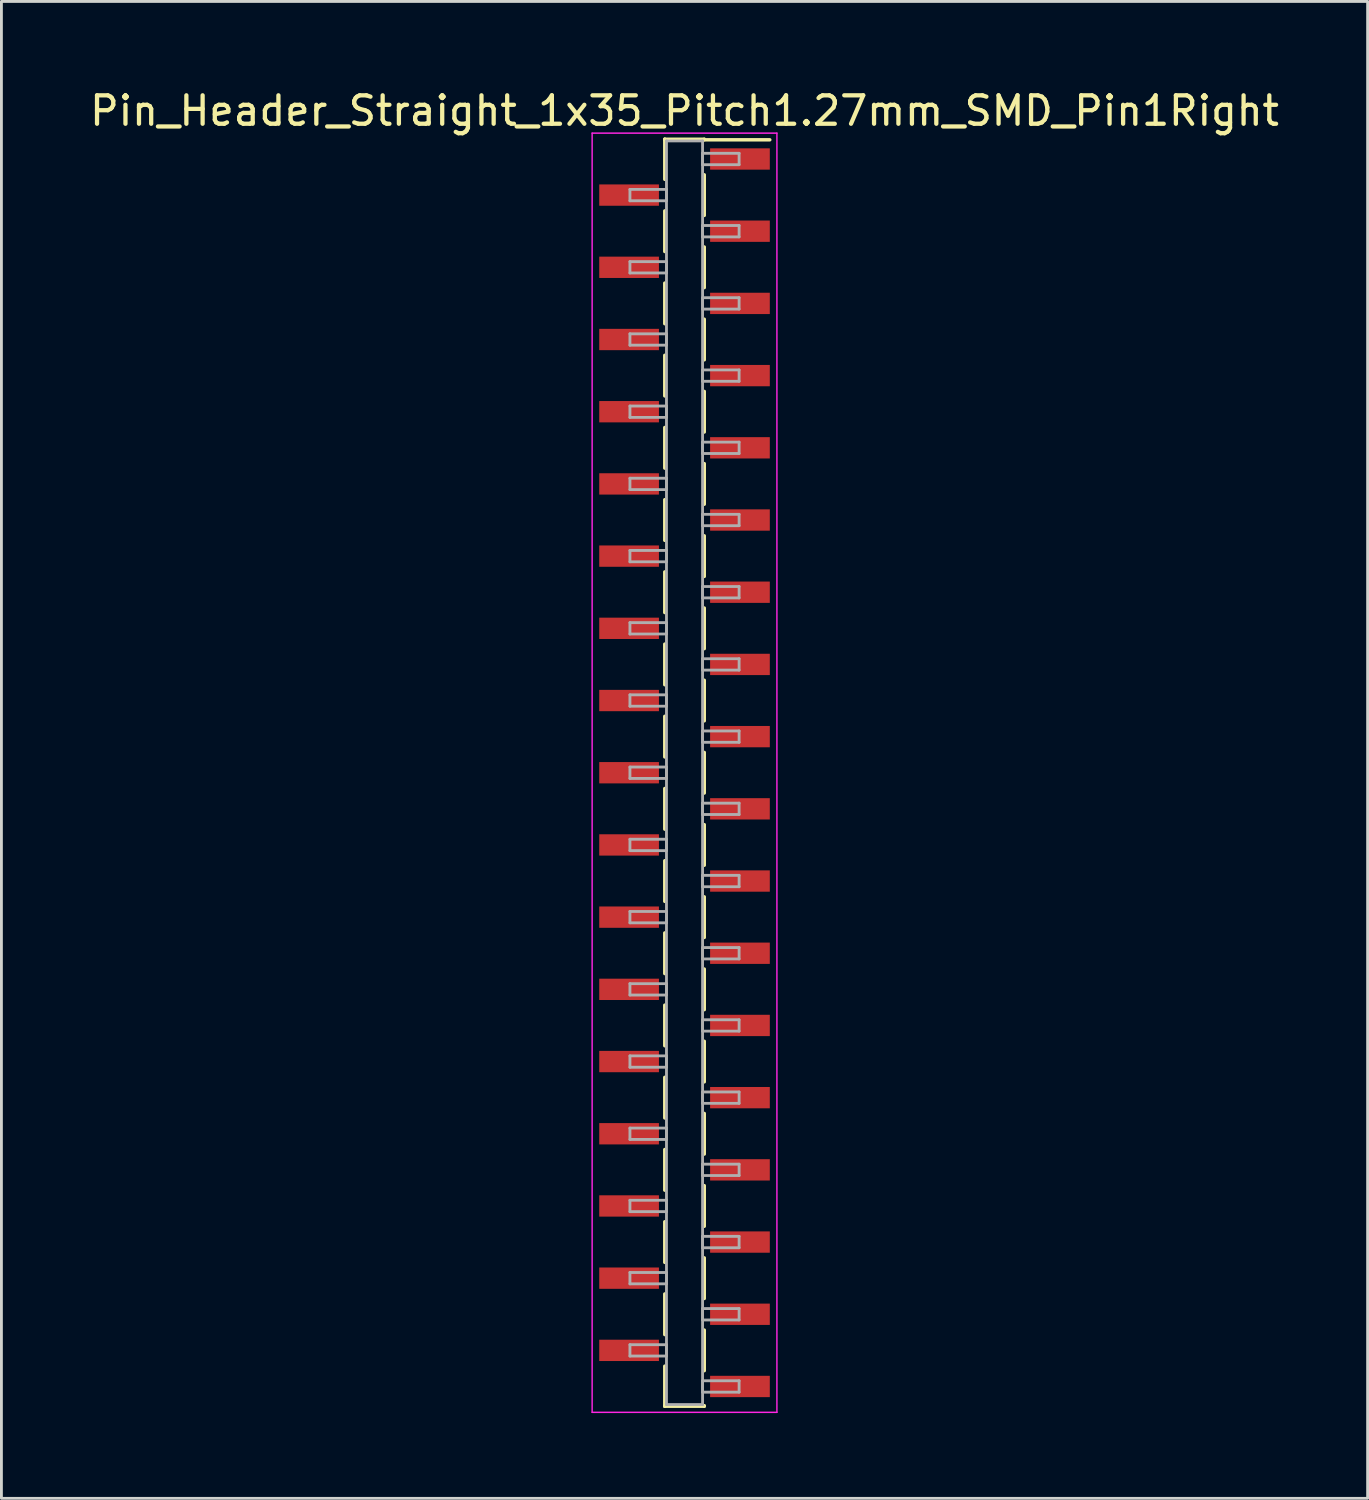
<source format=kicad_pcb>
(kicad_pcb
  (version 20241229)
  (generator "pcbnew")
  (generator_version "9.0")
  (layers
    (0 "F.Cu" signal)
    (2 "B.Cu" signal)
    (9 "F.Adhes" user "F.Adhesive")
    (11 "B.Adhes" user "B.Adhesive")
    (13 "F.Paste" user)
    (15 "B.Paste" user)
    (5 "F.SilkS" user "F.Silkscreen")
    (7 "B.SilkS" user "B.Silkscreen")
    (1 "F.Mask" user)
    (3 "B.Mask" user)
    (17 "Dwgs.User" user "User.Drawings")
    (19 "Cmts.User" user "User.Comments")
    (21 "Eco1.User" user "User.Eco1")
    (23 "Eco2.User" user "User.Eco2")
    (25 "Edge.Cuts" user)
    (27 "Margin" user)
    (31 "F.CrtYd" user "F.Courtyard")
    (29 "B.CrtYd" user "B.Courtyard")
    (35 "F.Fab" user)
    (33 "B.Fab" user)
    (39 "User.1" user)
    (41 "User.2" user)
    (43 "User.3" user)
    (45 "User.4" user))
  (footprint "Pin_Header_Straight_1x35_Pitch1.27mm_SMD_Pin1Right"
    (layer "F.Cu")
    (at 21.03 24.133)
    (property "Reference" "Pin_Header_Straight_1x35_Pitch1.27mm_SMD_Pin1Right" (at 0 -23.285 0) (layer "F.SilkS") (effects (font (size 1 1) (thickness 0.15))))
    (attr smd)
    (fp_line (start -0.695 -22.285) (end -0.695 -20.875) (stroke (width 0.12) (type solid)) (layer "F.SilkS"))
    (fp_line (start -0.695 -22.285) (end 0.695 -22.285) (stroke (width 0.12) (type solid)) (layer "F.SilkS"))
    (fp_line (start -0.695 -22.265) (end -0.695 -22.285) (stroke (width 0.12) (type solid)) (layer "F.SilkS"))
    (fp_line (start -0.695 -19.765) (end -0.695 -18.335) (stroke (width 0.12) (type solid)) (layer "F.SilkS"))
    (fp_line (start -0.695 -17.225) (end -0.695 -15.795) (stroke (width 0.12) (type solid)) (layer "F.SilkS"))
    (fp_line (start -0.695 -14.685) (end -0.695 -13.255) (stroke (width 0.12) (type solid)) (layer "F.SilkS"))
    (fp_line (start -0.695 -12.145) (end -0.695 -10.715) (stroke (width 0.12) (type solid)) (layer "F.SilkS"))
    (fp_line (start -0.695 -9.605) (end -0.695 -8.175) (stroke (width 0.12) (type solid)) (layer "F.SilkS"))
    (fp_line (start -0.695 -7.065) (end -0.695 -5.635) (stroke (width 0.12) (type solid)) (layer "F.SilkS"))
    (fp_line (start -0.695 -4.525) (end -0.695 -3.095) (stroke (width 0.12) (type solid)) (layer "F.SilkS"))
    (fp_line (start -0.695 -1.985) (end -0.695 -0.555) (stroke (width 0.12) (type solid)) (layer "F.SilkS"))
    (fp_line (start -0.695 0.555) (end -0.695 1.985) (stroke (width 0.12) (type solid)) (layer "F.SilkS"))
    (fp_line (start -0.695 3.095) (end -0.695 4.525) (stroke (width 0.12) (type solid)) (layer "F.SilkS"))
    (fp_line (start -0.695 5.635) (end -0.695 7.065) (stroke (width 0.12) (type solid)) (layer "F.SilkS"))
    (fp_line (start -0.695 8.175) (end -0.695 9.605) (stroke (width 0.12) (type solid)) (layer "F.SilkS"))
    (fp_line (start -0.695 10.715) (end -0.695 12.145) (stroke (width 0.12) (type solid)) (layer "F.SilkS"))
    (fp_line (start -0.695 13.255) (end -0.695 14.685) (stroke (width 0.12) (type solid)) (layer "F.SilkS"))
    (fp_line (start -0.695 15.795) (end -0.695 17.225) (stroke (width 0.12) (type solid)) (layer "F.SilkS"))
    (fp_line (start -0.695 18.335) (end -0.695 19.765) (stroke (width 0.12) (type solid)) (layer "F.SilkS"))
    (fp_line (start -0.695 20.875) (end -0.695 22.285) (stroke (width 0.12) (type solid)) (layer "F.SilkS"))
    (fp_line (start -0.695 22.265) (end -0.695 22.285) (stroke (width 0.12) (type solid)) (layer "F.SilkS"))
    (fp_line (start -0.695 22.285) (end 0.695 22.285) (stroke (width 0.12) (type solid)) (layer "F.SilkS"))
    (fp_line (start 0.695 -22.285) (end 0.695 -22.265) (stroke (width 0.12) (type solid)) (layer "F.SilkS"))
    (fp_line (start 0.695 -22.265) (end 3 -22.265) (stroke (width 0.12) (type solid)) (layer "F.SilkS"))
    (fp_line (start 0.695 -21.035) (end 0.695 -19.605) (stroke (width 0.12) (type solid)) (layer "F.SilkS"))
    (fp_line (start 0.695 -18.495) (end 0.695 -17.065) (stroke (width 0.12) (type solid)) (layer "F.SilkS"))
    (fp_line (start 0.695 -15.955) (end 0.695 -14.525) (stroke (width 0.12) (type solid)) (layer "F.SilkS"))
    (fp_line (start 0.695 -13.415) (end 0.695 -11.985) (stroke (width 0.12) (type solid)) (layer "F.SilkS"))
    (fp_line (start 0.695 -10.875) (end 0.695 -9.445) (stroke (width 0.12) (type solid)) (layer "F.SilkS"))
    (fp_line (start 0.695 -8.335) (end 0.695 -6.905) (stroke (width 0.12) (type solid)) (layer "F.SilkS"))
    (fp_line (start 0.695 -5.795) (end 0.695 -4.365) (stroke (width 0.12) (type solid)) (layer "F.SilkS"))
    (fp_line (start 0.695 -3.255) (end 0.695 -1.825) (stroke (width 0.12) (type solid)) (layer "F.SilkS"))
    (fp_line (start 0.695 -0.715) (end 0.695 0.715) (stroke (width 0.12) (type solid)) (layer "F.SilkS"))
    (fp_line (start 0.695 1.825) (end 0.695 3.255) (stroke (width 0.12) (type solid)) (layer "F.SilkS"))
    (fp_line (start 0.695 4.365) (end 0.695 5.795) (stroke (width 0.12) (type solid)) (layer "F.SilkS"))
    (fp_line (start 0.695 6.905) (end 0.695 8.335) (stroke (width 0.12) (type solid)) (layer "F.SilkS"))
    (fp_line (start 0.695 9.445) (end 0.695 10.875) (stroke (width 0.12) (type solid)) (layer "F.SilkS"))
    (fp_line (start 0.695 11.985) (end 0.695 13.415) (stroke (width 0.12) (type solid)) (layer "F.SilkS"))
    (fp_line (start 0.695 14.525) (end 0.695 15.955) (stroke (width 0.12) (type solid)) (layer "F.SilkS"))
    (fp_line (start 0.695 17.065) (end 0.695 18.495) (stroke (width 0.12) (type solid)) (layer "F.SilkS"))
    (fp_line (start 0.695 19.605) (end 0.695 21.035) (stroke (width 0.12) (type solid)) (layer "F.SilkS"))
    (fp_line (start 0.695 22.285) (end 0.695 22.265) (stroke (width 0.12) (type solid)) (layer "F.SilkS"))
    (fp_line (start -3.25 -22.5) (end -3.25 22.5) (stroke (width 0.05) (type solid)) (layer "F.CrtYd"))
    (fp_line (start -3.25 22.5) (end 3.25 22.5) (stroke (width 0.05) (type solid)) (layer "F.CrtYd"))
    (fp_line (start 3.25 -22.5) (end -3.25 -22.5) (stroke (width 0.05) (type solid)) (layer "F.CrtYd"))
    (fp_line (start 3.25 22.5) (end 3.25 -22.5) (stroke (width 0.05) (type solid)) (layer "F.CrtYd"))
    (fp_line (start -1.92 -20.52) (end -0.635 -20.52) (stroke (width 0.1) (type solid)) (layer "F.Fab"))
    (fp_line (start -1.92 -20.12) (end -1.92 -20.52) (stroke (width 0.1) (type solid)) (layer "F.Fab"))
    (fp_line (start -1.92 -17.98) (end -0.635 -17.98) (stroke (width 0.1) (type solid)) (layer "F.Fab"))
    (fp_line (start -1.92 -17.58) (end -1.92 -17.98) (stroke (width 0.1) (type solid)) (layer "F.Fab"))
    (fp_line (start -1.92 -15.44) (end -0.635 -15.44) (stroke (width 0.1) (type solid)) (layer "F.Fab"))
    (fp_line (start -1.92 -15.04) (end -1.92 -15.44) (stroke (width 0.1) (type solid)) (layer "F.Fab"))
    (fp_line (start -1.92 -12.9) (end -0.635 -12.9) (stroke (width 0.1) (type solid)) (layer "F.Fab"))
    (fp_line (start -1.92 -12.5) (end -1.92 -12.9) (stroke (width 0.1) (type solid)) (layer "F.Fab"))
    (fp_line (start -1.92 -10.36) (end -0.635 -10.36) (stroke (width 0.1) (type solid)) (layer "F.Fab"))
    (fp_line (start -1.92 -9.96) (end -1.92 -10.36) (stroke (width 0.1) (type solid)) (layer "F.Fab"))
    (fp_line (start -1.92 -7.82) (end -0.635 -7.82) (stroke (width 0.1) (type solid)) (layer "F.Fab"))
    (fp_line (start -1.92 -7.42) (end -1.92 -7.82) (stroke (width 0.1) (type solid)) (layer "F.Fab"))
    (fp_line (start -1.92 -5.28) (end -0.635 -5.28) (stroke (width 0.1) (type solid)) (layer "F.Fab"))
    (fp_line (start -1.92 -4.88) (end -1.92 -5.28) (stroke (width 0.1) (type solid)) (layer "F.Fab"))
    (fp_line (start -1.92 -2.74) (end -0.635 -2.74) (stroke (width 0.1) (type solid)) (layer "F.Fab"))
    (fp_line (start -1.92 -2.34) (end -1.92 -2.74) (stroke (width 0.1) (type solid)) (layer "F.Fab"))
    (fp_line (start -1.92 -0.2) (end -0.635 -0.2) (stroke (width 0.1) (type solid)) (layer "F.Fab"))
    (fp_line (start -1.92 0.2) (end -1.92 -0.2) (stroke (width 0.1) (type solid)) (layer "F.Fab"))
    (fp_line (start -1.92 2.34) (end -0.635 2.34) (stroke (width 0.1) (type solid)) (layer "F.Fab"))
    (fp_line (start -1.92 2.74) (end -1.92 2.34) (stroke (width 0.1) (type solid)) (layer "F.Fab"))
    (fp_line (start -1.92 4.88) (end -0.635 4.88) (stroke (width 0.1) (type solid)) (layer "F.Fab"))
    (fp_line (start -1.92 5.28) (end -1.92 4.88) (stroke (width 0.1) (type solid)) (layer "F.Fab"))
    (fp_line (start -1.92 7.42) (end -0.635 7.42) (stroke (width 0.1) (type solid)) (layer "F.Fab"))
    (fp_line (start -1.92 7.82) (end -1.92 7.42) (stroke (width 0.1) (type solid)) (layer "F.Fab"))
    (fp_line (start -1.92 9.96) (end -0.635 9.96) (stroke (width 0.1) (type solid)) (layer "F.Fab"))
    (fp_line (start -1.92 10.36) (end -1.92 9.96) (stroke (width 0.1) (type solid)) (layer "F.Fab"))
    (fp_line (start -1.92 12.5) (end -0.635 12.5) (stroke (width 0.1) (type solid)) (layer "F.Fab"))
    (fp_line (start -1.92 12.9) (end -1.92 12.5) (stroke (width 0.1) (type solid)) (layer "F.Fab"))
    (fp_line (start -1.92 15.04) (end -0.635 15.04) (stroke (width 0.1) (type solid)) (layer "F.Fab"))
    (fp_line (start -1.92 15.44) (end -1.92 15.04) (stroke (width 0.1) (type solid)) (layer "F.Fab"))
    (fp_line (start -1.92 17.58) (end -0.635 17.58) (stroke (width 0.1) (type solid)) (layer "F.Fab"))
    (fp_line (start -1.92 17.98) (end -1.92 17.58) (stroke (width 0.1) (type solid)) (layer "F.Fab"))
    (fp_line (start -1.92 20.12) (end -0.635 20.12) (stroke (width 0.1) (type solid)) (layer "F.Fab"))
    (fp_line (start -1.92 20.52) (end -1.92 20.12) (stroke (width 0.1) (type solid)) (layer "F.Fab"))
    (fp_line (start -0.635 -22.225) (end -0.635 22.225) (stroke (width 0.1) (type solid)) (layer "F.Fab"))
    (fp_line (start -0.635 -20.52) (end -0.635 -20.12) (stroke (width 0.1) (type solid)) (layer "F.Fab"))
    (fp_line (start -0.635 -20.12) (end -1.92 -20.12) (stroke (width 0.1) (type solid)) (layer "F.Fab"))
    (fp_line (start -0.635 -17.98) (end -0.635 -17.58) (stroke (width 0.1) (type solid)) (layer "F.Fab"))
    (fp_line (start -0.635 -17.58) (end -1.92 -17.58) (stroke (width 0.1) (type solid)) (layer "F.Fab"))
    (fp_line (start -0.635 -15.44) (end -0.635 -15.04) (stroke (width 0.1) (type solid)) (layer "F.Fab"))
    (fp_line (start -0.635 -15.04) (end -1.92 -15.04) (stroke (width 0.1) (type solid)) (layer "F.Fab"))
    (fp_line (start -0.635 -12.9) (end -0.635 -12.5) (stroke (width 0.1) (type solid)) (layer "F.Fab"))
    (fp_line (start -0.635 -12.5) (end -1.92 -12.5) (stroke (width 0.1) (type solid)) (layer "F.Fab"))
    (fp_line (start -0.635 -10.36) (end -0.635 -9.96) (stroke (width 0.1) (type solid)) (layer "F.Fab"))
    (fp_line (start -0.635 -9.96) (end -1.92 -9.96) (stroke (width 0.1) (type solid)) (layer "F.Fab"))
    (fp_line (start -0.635 -7.82) (end -0.635 -7.42) (stroke (width 0.1) (type solid)) (layer "F.Fab"))
    (fp_line (start -0.635 -7.42) (end -1.92 -7.42) (stroke (width 0.1) (type solid)) (layer "F.Fab"))
    (fp_line (start -0.635 -5.28) (end -0.635 -4.88) (stroke (width 0.1) (type solid)) (layer "F.Fab"))
    (fp_line (start -0.635 -4.88) (end -1.92 -4.88) (stroke (width 0.1) (type solid)) (layer "F.Fab"))
    (fp_line (start -0.635 -2.74) (end -0.635 -2.34) (stroke (width 0.1) (type solid)) (layer "F.Fab"))
    (fp_line (start -0.635 -2.34) (end -1.92 -2.34) (stroke (width 0.1) (type solid)) (layer "F.Fab"))
    (fp_line (start -0.635 -0.2) (end -0.635 0.2) (stroke (width 0.1) (type solid)) (layer "F.Fab"))
    (fp_line (start -0.635 0.2) (end -1.92 0.2) (stroke (width 0.1) (type solid)) (layer "F.Fab"))
    (fp_line (start -0.635 2.34) (end -0.635 2.74) (stroke (width 0.1) (type solid)) (layer "F.Fab"))
    (fp_line (start -0.635 2.74) (end -1.92 2.74) (stroke (width 0.1) (type solid)) (layer "F.Fab"))
    (fp_line (start -0.635 4.88) (end -0.635 5.28) (stroke (width 0.1) (type solid)) (layer "F.Fab"))
    (fp_line (start -0.635 5.28) (end -1.92 5.28) (stroke (width 0.1) (type solid)) (layer "F.Fab"))
    (fp_line (start -0.635 7.42) (end -0.635 7.82) (stroke (width 0.1) (type solid)) (layer "F.Fab"))
    (fp_line (start -0.635 7.82) (end -1.92 7.82) (stroke (width 0.1) (type solid)) (layer "F.Fab"))
    (fp_line (start -0.635 9.96) (end -0.635 10.36) (stroke (width 0.1) (type solid)) (layer "F.Fab"))
    (fp_line (start -0.635 10.36) (end -1.92 10.36) (stroke (width 0.1) (type solid)) (layer "F.Fab"))
    (fp_line (start -0.635 12.5) (end -0.635 12.9) (stroke (width 0.1) (type solid)) (layer "F.Fab"))
    (fp_line (start -0.635 12.9) (end -1.92 12.9) (stroke (width 0.1) (type solid)) (layer "F.Fab"))
    (fp_line (start -0.635 15.04) (end -0.635 15.44) (stroke (width 0.1) (type solid)) (layer "F.Fab"))
    (fp_line (start -0.635 15.44) (end -1.92 15.44) (stroke (width 0.1) (type solid)) (layer "F.Fab"))
    (fp_line (start -0.635 17.58) (end -0.635 17.98) (stroke (width 0.1) (type solid)) (layer "F.Fab"))
    (fp_line (start -0.635 17.98) (end -1.92 17.98) (stroke (width 0.1) (type solid)) (layer "F.Fab"))
    (fp_line (start -0.635 20.12) (end -0.635 20.52) (stroke (width 0.1) (type solid)) (layer "F.Fab"))
    (fp_line (start -0.635 20.52) (end -1.92 20.52) (stroke (width 0.1) (type solid)) (layer "F.Fab"))
    (fp_line (start -0.635 22.225) (end 0.635 22.225) (stroke (width 0.1) (type solid)) (layer "F.Fab"))
    (fp_line (start 0.635 -22.225) (end -0.635 -22.225) (stroke (width 0.1) (type solid)) (layer "F.Fab"))
    (fp_line (start 0.635 -21.79) (end 0.635 -21.39) (stroke (width 0.1) (type solid)) (layer "F.Fab"))
    (fp_line (start 0.635 -21.39) (end 1.92 -21.39) (stroke (width 0.1) (type solid)) (layer "F.Fab"))
    (fp_line (start 0.635 -19.25) (end 0.635 -18.85) (stroke (width 0.1) (type solid)) (layer "F.Fab"))
    (fp_line (start 0.635 -18.85) (end 1.92 -18.85) (stroke (width 0.1) (type solid)) (layer "F.Fab"))
    (fp_line (start 0.635 -16.71) (end 0.635 -16.31) (stroke (width 0.1) (type solid)) (layer "F.Fab"))
    (fp_line (start 0.635 -16.31) (end 1.92 -16.31) (stroke (width 0.1) (type solid)) (layer "F.Fab"))
    (fp_line (start 0.635 -14.17) (end 0.635 -13.77) (stroke (width 0.1) (type solid)) (layer "F.Fab"))
    (fp_line (start 0.635 -13.77) (end 1.92 -13.77) (stroke (width 0.1) (type solid)) (layer "F.Fab"))
    (fp_line (start 0.635 -11.63) (end 0.635 -11.23) (stroke (width 0.1) (type solid)) (layer "F.Fab"))
    (fp_line (start 0.635 -11.23) (end 1.92 -11.23) (stroke (width 0.1) (type solid)) (layer "F.Fab"))
    (fp_line (start 0.635 -9.09) (end 0.635 -8.69) (stroke (width 0.1) (type solid)) (layer "F.Fab"))
    (fp_line (start 0.635 -8.69) (end 1.92 -8.69) (stroke (width 0.1) (type solid)) (layer "F.Fab"))
    (fp_line (start 0.635 -6.55) (end 0.635 -6.15) (stroke (width 0.1) (type solid)) (layer "F.Fab"))
    (fp_line (start 0.635 -6.15) (end 1.92 -6.15) (stroke (width 0.1) (type solid)) (layer "F.Fab"))
    (fp_line (start 0.635 -4.01) (end 0.635 -3.61) (stroke (width 0.1) (type solid)) (layer "F.Fab"))
    (fp_line (start 0.635 -3.61) (end 1.92 -3.61) (stroke (width 0.1) (type solid)) (layer "F.Fab"))
    (fp_line (start 0.635 -1.47) (end 0.635 -1.07) (stroke (width 0.1) (type solid)) (layer "F.Fab"))
    (fp_line (start 0.635 -1.07) (end 1.92 -1.07) (stroke (width 0.1) (type solid)) (layer "F.Fab"))
    (fp_line (start 0.635 1.07) (end 0.635 1.47) (stroke (width 0.1) (type solid)) (layer "F.Fab"))
    (fp_line (start 0.635 1.47) (end 1.92 1.47) (stroke (width 0.1) (type solid)) (layer "F.Fab"))
    (fp_line (start 0.635 3.61) (end 0.635 4.01) (stroke (width 0.1) (type solid)) (layer "F.Fab"))
    (fp_line (start 0.635 4.01) (end 1.92 4.01) (stroke (width 0.1) (type solid)) (layer "F.Fab"))
    (fp_line (start 0.635 6.15) (end 0.635 6.55) (stroke (width 0.1) (type solid)) (layer "F.Fab"))
    (fp_line (start 0.635 6.55) (end 1.92 6.55) (stroke (width 0.1) (type solid)) (layer "F.Fab"))
    (fp_line (start 0.635 8.69) (end 0.635 9.09) (stroke (width 0.1) (type solid)) (layer "F.Fab"))
    (fp_line (start 0.635 9.09) (end 1.92 9.09) (stroke (width 0.1) (type solid)) (layer "F.Fab"))
    (fp_line (start 0.635 11.23) (end 0.635 11.63) (stroke (width 0.1) (type solid)) (layer "F.Fab"))
    (fp_line (start 0.635 11.63) (end 1.92 11.63) (stroke (width 0.1) (type solid)) (layer "F.Fab"))
    (fp_line (start 0.635 13.77) (end 0.635 14.17) (stroke (width 0.1) (type solid)) (layer "F.Fab"))
    (fp_line (start 0.635 14.17) (end 1.92 14.17) (stroke (width 0.1) (type solid)) (layer "F.Fab"))
    (fp_line (start 0.635 16.31) (end 0.635 16.71) (stroke (width 0.1) (type solid)) (layer "F.Fab"))
    (fp_line (start 0.635 16.71) (end 1.92 16.71) (stroke (width 0.1) (type solid)) (layer "F.Fab"))
    (fp_line (start 0.635 18.85) (end 0.635 19.25) (stroke (width 0.1) (type solid)) (layer "F.Fab"))
    (fp_line (start 0.635 19.25) (end 1.92 19.25) (stroke (width 0.1) (type solid)) (layer "F.Fab"))
    (fp_line (start 0.635 21.39) (end 0.635 21.79) (stroke (width 0.1) (type solid)) (layer "F.Fab"))
    (fp_line (start 0.635 21.79) (end 1.92 21.79) (stroke (width 0.1) (type solid)) (layer "F.Fab"))
    (fp_line (start 0.635 22.225) (end 0.635 -22.225) (stroke (width 0.1) (type solid)) (layer "F.Fab"))
    (fp_line (start 1.92 -21.79) (end 0.635 -21.79) (stroke (width 0.1) (type solid)) (layer "F.Fab"))
    (fp_line (start 1.92 -21.39) (end 1.92 -21.79) (stroke (width 0.1) (type solid)) (layer "F.Fab"))
    (fp_line (start 1.92 -19.25) (end 0.635 -19.25) (stroke (width 0.1) (type solid)) (layer "F.Fab"))
    (fp_line (start 1.92 -18.85) (end 1.92 -19.25) (stroke (width 0.1) (type solid)) (layer "F.Fab"))
    (fp_line (start 1.92 -16.71) (end 0.635 -16.71) (stroke (width 0.1) (type solid)) (layer "F.Fab"))
    (fp_line (start 1.92 -16.31) (end 1.92 -16.71) (stroke (width 0.1) (type solid)) (layer "F.Fab"))
    (fp_line (start 1.92 -14.17) (end 0.635 -14.17) (stroke (width 0.1) (type solid)) (layer "F.Fab"))
    (fp_line (start 1.92 -13.77) (end 1.92 -14.17) (stroke (width 0.1) (type solid)) (layer "F.Fab"))
    (fp_line (start 1.92 -11.63) (end 0.635 -11.63) (stroke (width 0.1) (type solid)) (layer "F.Fab"))
    (fp_line (start 1.92 -11.23) (end 1.92 -11.63) (stroke (width 0.1) (type solid)) (layer "F.Fab"))
    (fp_line (start 1.92 -9.09) (end 0.635 -9.09) (stroke (width 0.1) (type solid)) (layer "F.Fab"))
    (fp_line (start 1.92 -8.69) (end 1.92 -9.09) (stroke (width 0.1) (type solid)) (layer "F.Fab"))
    (fp_line (start 1.92 -6.55) (end 0.635 -6.55) (stroke (width 0.1) (type solid)) (layer "F.Fab"))
    (fp_line (start 1.92 -6.15) (end 1.92 -6.55) (stroke (width 0.1) (type solid)) (layer "F.Fab"))
    (fp_line (start 1.92 -4.01) (end 0.635 -4.01) (stroke (width 0.1) (type solid)) (layer "F.Fab"))
    (fp_line (start 1.92 -3.61) (end 1.92 -4.01) (stroke (width 0.1) (type solid)) (layer "F.Fab"))
    (fp_line (start 1.92 -1.47) (end 0.635 -1.47) (stroke (width 0.1) (type solid)) (layer "F.Fab"))
    (fp_line (start 1.92 -1.07) (end 1.92 -1.47) (stroke (width 0.1) (type solid)) (layer "F.Fab"))
    (fp_line (start 1.92 1.07) (end 0.635 1.07) (stroke (width 0.1) (type solid)) (layer "F.Fab"))
    (fp_line (start 1.92 1.47) (end 1.92 1.07) (stroke (width 0.1) (type solid)) (layer "F.Fab"))
    (fp_line (start 1.92 3.61) (end 0.635 3.61) (stroke (width 0.1) (type solid)) (layer "F.Fab"))
    (fp_line (start 1.92 4.01) (end 1.92 3.61) (stroke (width 0.1) (type solid)) (layer "F.Fab"))
    (fp_line (start 1.92 6.15) (end 0.635 6.15) (stroke (width 0.1) (type solid)) (layer "F.Fab"))
    (fp_line (start 1.92 6.55) (end 1.92 6.15) (stroke (width 0.1) (type solid)) (layer "F.Fab"))
    (fp_line (start 1.92 8.69) (end 0.635 8.69) (stroke (width 0.1) (type solid)) (layer "F.Fab"))
    (fp_line (start 1.92 9.09) (end 1.92 8.69) (stroke (width 0.1) (type solid)) (layer "F.Fab"))
    (fp_line (start 1.92 11.23) (end 0.635 11.23) (stroke (width 0.1) (type solid)) (layer "F.Fab"))
    (fp_line (start 1.92 11.63) (end 1.92 11.23) (stroke (width 0.1) (type solid)) (layer "F.Fab"))
    (fp_line (start 1.92 13.77) (end 0.635 13.77) (stroke (width 0.1) (type solid)) (layer "F.Fab"))
    (fp_line (start 1.92 14.17) (end 1.92 13.77) (stroke (width 0.1) (type solid)) (layer "F.Fab"))
    (fp_line (start 1.92 16.31) (end 0.635 16.31) (stroke (width 0.1) (type solid)) (layer "F.Fab"))
    (fp_line (start 1.92 16.71) (end 1.92 16.31) (stroke (width 0.1) (type solid)) (layer "F.Fab"))
    (fp_line (start 1.92 18.85) (end 0.635 18.85) (stroke (width 0.1) (type solid)) (layer "F.Fab"))
    (fp_line (start 1.92 19.25) (end 1.92 18.85) (stroke (width 0.1) (type solid)) (layer "F.Fab"))
    (fp_line (start 1.92 21.39) (end 0.635 21.39) (stroke (width 0.1) (type solid)) (layer "F.Fab"))
    (fp_line (start 1.92 21.79) (end 1.92 21.39) (stroke (width 0.1) (type solid)) (layer "F.Fab"))
    (pad "1" smd rect (at 1.95 -21.59) (size 2.1 0.75) (layers "F.Cu" "F.Mask"))
    (pad "2" smd rect (at -1.95 -20.32) (size 2.1 0.75) (layers "F.Cu" "F.Mask"))
    (pad "3" smd rect (at 1.95 -19.05) (size 2.1 0.75) (layers "F.Cu" "F.Mask"))
    (pad "4" smd rect (at -1.95 -17.78) (size 2.1 0.75) (layers "F.Cu" "F.Mask"))
    (pad "5" smd rect (at 1.95 -16.51) (size 2.1 0.75) (layers "F.Cu" "F.Mask"))
    (pad "6" smd rect (at -1.95 -15.24) (size 2.1 0.75) (layers "F.Cu" "F.Mask"))
    (pad "7" smd rect (at 1.95 -13.97) (size 2.1 0.75) (layers "F.Cu" "F.Mask"))
    (pad "8" smd rect (at -1.95 -12.7) (size 2.1 0.75) (layers "F.Cu" "F.Mask"))
    (pad "9" smd rect (at 1.95 -11.43) (size 2.1 0.75) (layers "F.Cu" "F.Mask"))
    (pad "10" smd rect (at -1.95 -10.16) (size 2.1 0.75) (layers "F.Cu" "F.Mask"))
    (pad "11" smd rect (at 1.95 -8.89) (size 2.1 0.75) (layers "F.Cu" "F.Mask"))
    (pad "12" smd rect (at -1.95 -7.62) (size 2.1 0.75) (layers "F.Cu" "F.Mask"))
    (pad "13" smd rect (at 1.95 -6.35) (size 2.1 0.75) (layers "F.Cu" "F.Mask"))
    (pad "14" smd rect (at -1.95 -5.08) (size 2.1 0.75) (layers "F.Cu" "F.Mask"))
    (pad "15" smd rect (at 1.95 -3.81) (size 2.1 0.75) (layers "F.Cu" "F.Mask"))
    (pad "16" smd rect (at -1.95 -2.54) (size 2.1 0.75) (layers "F.Cu" "F.Mask"))
    (pad "17" smd rect (at 1.95 -1.27) (size 2.1 0.75) (layers "F.Cu" "F.Mask"))
    (pad "18" smd rect (at -1.95 0) (size 2.1 0.75) (layers "F.Cu" "F.Mask"))
    (pad "19" smd rect (at 1.95 1.27) (size 2.1 0.75) (layers "F.Cu" "F.Mask"))
    (pad "20" smd rect (at -1.95 2.54) (size 2.1 0.75) (layers "F.Cu" "F.Mask"))
    (pad "21" smd rect (at 1.95 3.81) (size 2.1 0.75) (layers "F.Cu" "F.Mask"))
    (pad "22" smd rect (at -1.95 5.08) (size 2.1 0.75) (layers "F.Cu" "F.Mask"))
    (pad "23" smd rect (at 1.95 6.35) (size 2.1 0.75) (layers "F.Cu" "F.Mask"))
    (pad "24" smd rect (at -1.95 7.62) (size 2.1 0.75) (layers "F.Cu" "F.Mask"))
    (pad "25" smd rect (at 1.95 8.89) (size 2.1 0.75) (layers "F.Cu" "F.Mask"))
    (pad "26" smd rect (at -1.95 10.16) (size 2.1 0.75) (layers "F.Cu" "F.Mask"))
    (pad "27" smd rect (at 1.95 11.43) (size 2.1 0.75) (layers "F.Cu" "F.Mask"))
    (pad "28" smd rect (at -1.95 12.7) (size 2.1 0.75) (layers "F.Cu" "F.Mask"))
    (pad "29" smd rect (at 1.95 13.97) (size 2.1 0.75) (layers "F.Cu" "F.Mask"))
    (pad "30" smd rect (at -1.95 15.24) (size 2.1 0.75) (layers "F.Cu" "F.Mask"))
    (pad "31" smd rect (at 1.95 16.51) (size 2.1 0.75) (layers "F.Cu" "F.Mask"))
    (pad "32" smd rect (at -1.95 17.78) (size 2.1 0.75) (layers "F.Cu" "F.Mask"))
    (pad "33" smd rect (at 1.95 19.05) (size 2.1 0.75) (layers "F.Cu" "F.Mask"))
    (pad "34" smd rect (at -1.95 20.32) (size 2.1 0.75) (layers "F.Cu" "F.Mask"))
    (pad "35" smd rect (at 1.95 21.59) (size 2.1 0.75) (layers "F.Cu" "F.Mask")))
  (gr_rect
    (start -3 -3)
    (end 45.06 49.658)
    (stroke (width 0.1) (type default))
    (fill no)
    (layer "Edge.Cuts")))
</source>
